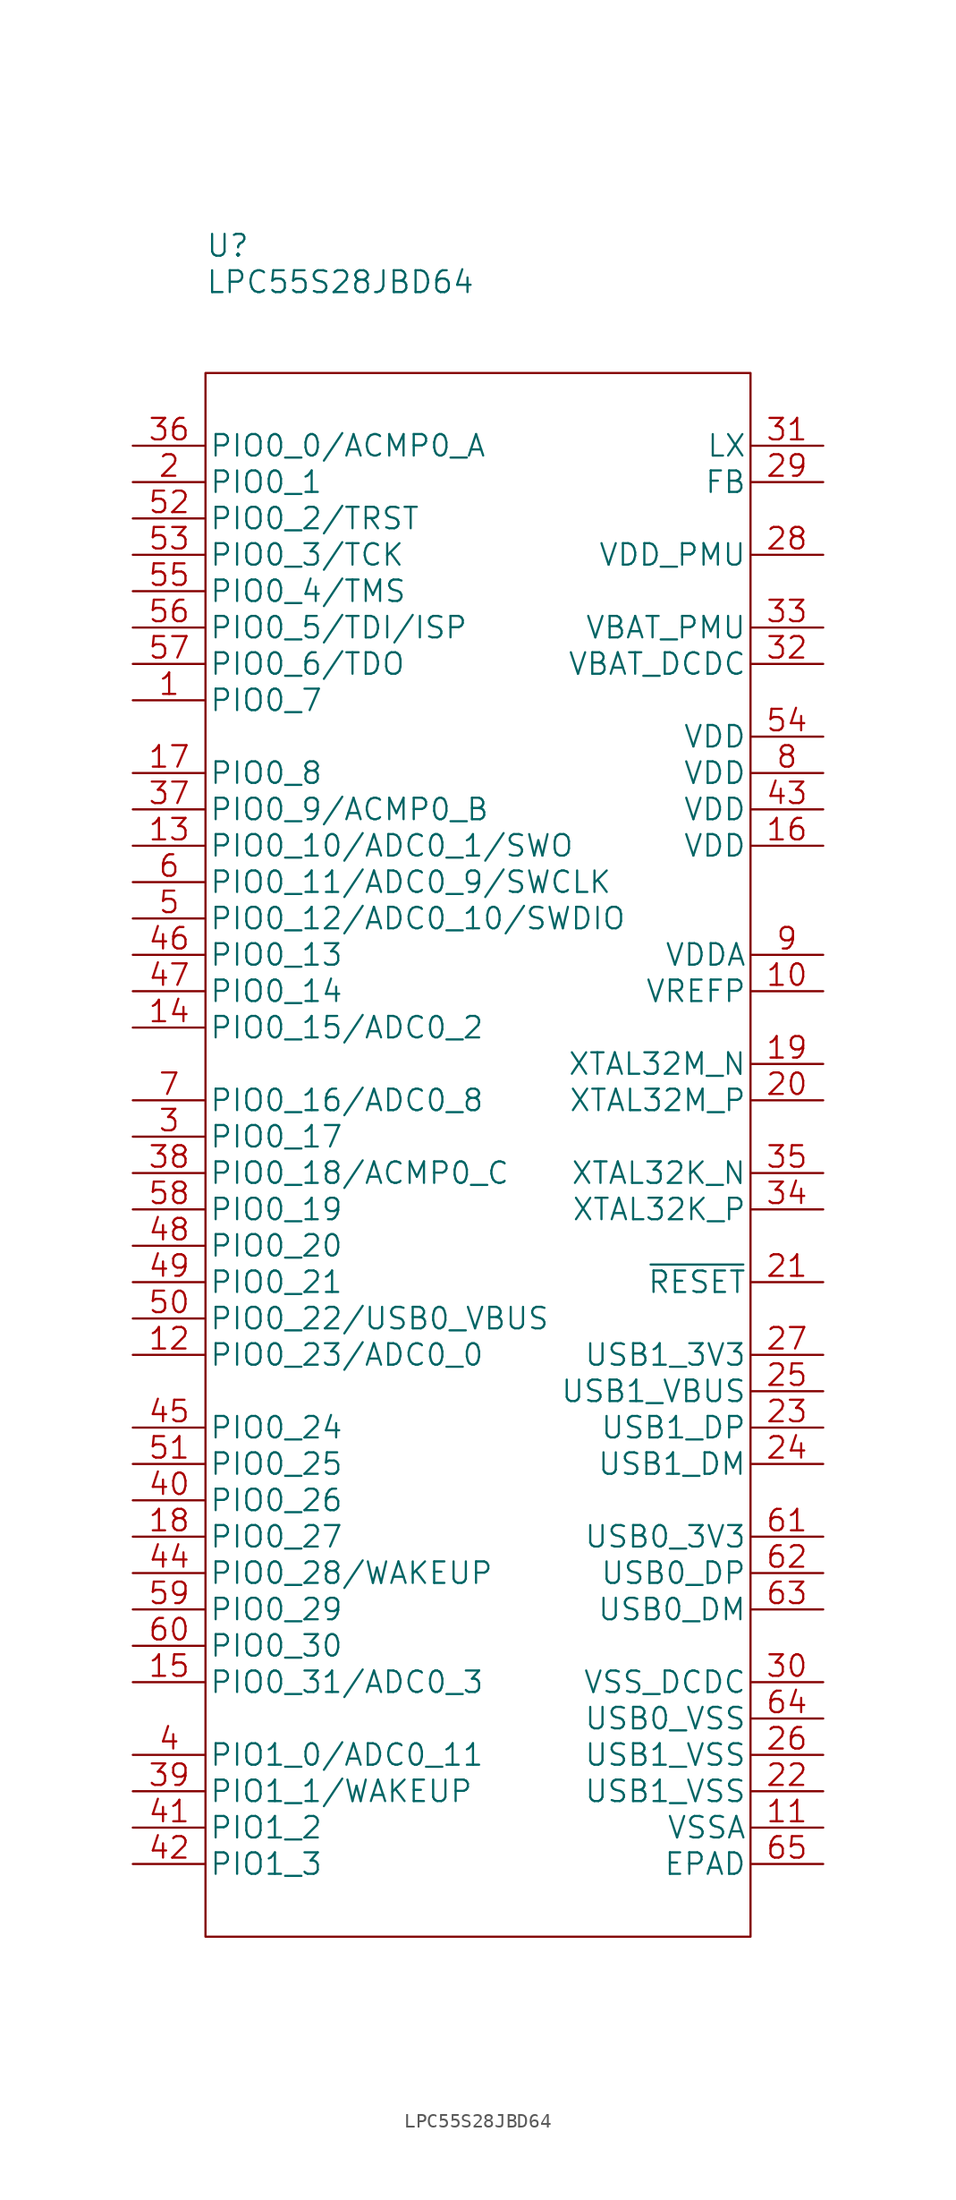
<source format=kicad_sym>
(kicad_symbol_lib
  (version 20211014)
  (generator kicad_symbol_editor)
  (symbol "LPC55S28JBD64"
    (pin_names
      (offset 0.254))
    (property "Reference" "U"
      (at 0 8.89 0)
      (effects (font (size 1.524 1.524)) (justify left)))
    (property "Value" "LPC55S28JBD64"
      (at 0 6.35 0)
      (effects (font (size 1.524 1.524)) (justify left)))
    (property "Datasheet" ""
      (at 24.13 -3.81 0)
      (effects (font (size 1.524 1.524))))
    (symbol "LPC55S28JBD64_0_1"
      (rectangle (start 0 0) (end 38.1 -109.22) (stroke (width 0) (type default) (color 0 0 0 0)) (fill (type none))))
    (symbol "LPC55S28JBD64_1_1"
      (pin bidirectional line (at -5.08 -22.86 0) (length 5.08) (name "PIO0_7" (effects (font (size 1.499 1.499)))) (number "1" (effects (font (size 1.499 1.499)))))
      (pin power_in line (at 43.18 -43.18 180) (length 5.08) (name "VREFP" (effects (font (size 1.499 1.499)))) (number "10" (effects (font (size 1.499 1.499)))))
      (pin power_in line (at 43.18 -101.6 180) (length 5.08) (name "VSSA" (effects (font (size 1.499 1.499)))) (number "11" (effects (font (size 1.499 1.499)))))
      (pin bidirectional line (at -5.08 -68.58 0) (length 5.08) (name "PIO0_23/ADC0_0" (effects (font (size 1.499 1.499)))) (number "12" (effects (font (size 1.499 1.499)))))
      (pin bidirectional line (at -5.08 -33.02 0) (length 5.08) (name "PIO0_10/ADC0_1/SWO" (effects (font (size 1.499 1.499)))) (number "13" (effects (font (size 1.499 1.499)))))
      (pin bidirectional line (at -5.08 -45.72 0) (length 5.08) (name "PIO0_15/ADC0_2" (effects (font (size 1.499 1.499)))) (number "14" (effects (font (size 1.499 1.499)))))
      (pin bidirectional line (at -5.08 -91.44 0) (length 5.08) (name "PIO0_31/ADC0_3" (effects (font (size 1.499 1.499)))) (number "15" (effects (font (size 1.499 1.499)))))
      (pin power_in line (at 43.18 -33.02 180) (length 5.08) (name "VDD" (effects (font (size 1.499 1.499)))) (number "16" (effects (font (size 1.499 1.499)))))
      (pin bidirectional line (at -5.08 -27.94 0) (length 5.08) (name "PIO0_8" (effects (font (size 1.499 1.499)))) (number "17" (effects (font (size 1.499 1.499)))))
      (pin bidirectional line (at -5.08 -81.28 0) (length 5.08) (name "PIO0_27" (effects (font (size 1.499 1.499)))) (number "18" (effects (font (size 1.499 1.499)))))
      (pin output line (at 43.18 -48.26 180) (length 5.08) (name "XTAL32M_N" (effects (font (size 1.499 1.499)))) (number "19" (effects (font (size 1.499 1.499)))))
      (pin bidirectional line (at -5.08 -7.62 0) (length 5.08) (name "PIO0_1" (effects (font (size 1.499 1.499)))) (number "2" (effects (font (size 1.499 1.499)))))
      (pin input line (at 43.18 -50.8 180) (length 5.08) (name "XTAL32M_P" (effects (font (size 1.499 1.499)))) (number "20" (effects (font (size 1.499 1.499)))))
      (pin input line (at 43.18 -63.5 180) (length 5.08) (name "~{RESET}" (effects (font (size 1.499 1.499)))) (number "21" (effects (font (size 1.499 1.499)))))
      (pin unspecified line (at 43.18 -99.06 180) (length 5.08) (name "USB1_VSS" (effects (font (size 1.499 1.499)))) (number "22" (effects (font (size 1.499 1.499)))))
      (pin bidirectional line (at 43.18 -73.66 180) (length 5.08) (name "USB1_DP" (effects (font (size 1.499 1.499)))) (number "23" (effects (font (size 1.499 1.499)))))
      (pin bidirectional line (at 43.18 -76.2 180) (length 5.08) (name "USB1_DM" (effects (font (size 1.499 1.499)))) (number "24" (effects (font (size 1.499 1.499)))))
      (pin input line (at 43.18 -71.12 180) (length 5.08) (name "USB1_VBUS" (effects (font (size 1.499 1.499)))) (number "25" (effects (font (size 1.499 1.499)))))
      (pin unspecified line (at 43.18 -96.52 180) (length 5.08) (name "USB1_VSS" (effects (font (size 1.499 1.499)))) (number "26" (effects (font (size 1.499 1.499)))))
      (pin unspecified line (at 43.18 -68.58 180) (length 5.08) (name "USB1_3V3" (effects (font (size 1.499 1.499)))) (number "27" (effects (font (size 1.499 1.499)))))
      (pin power_in line (at 43.18 -12.7 180) (length 5.08) (name "VDD_PMU" (effects (font (size 1.499 1.499)))) (number "28" (effects (font (size 1.499 1.499)))))
      (pin output line (at 43.18 -7.62 180) (length 5.08) (name "FB" (effects (font (size 1.499 1.499)))) (number "29" (effects (font (size 1.499 1.499)))))
      (pin bidirectional line (at -5.08 -53.34 0) (length 5.08) (name "PIO0_17" (effects (font (size 1.499 1.499)))) (number "3" (effects (font (size 1.499 1.499)))))
      (pin power_in line (at 43.18 -91.44 180) (length 5.08) (name "VSS_DCDC" (effects (font (size 1.499 1.499)))) (number "30" (effects (font (size 1.499 1.499)))))
      (pin output line (at 43.18 -5.08 180) (length 5.08) (name "LX" (effects (font (size 1.499 1.499)))) (number "31" (effects (font (size 1.499 1.499)))))
      (pin output line (at 43.18 -20.32 180) (length 5.08) (name "VBAT_DCDC" (effects (font (size 1.499 1.499)))) (number "32" (effects (font (size 1.499 1.499)))))
      (pin unspecified line (at 43.18 -17.78 180) (length 5.08) (name "VBAT_PMU" (effects (font (size 1.499 1.499)))) (number "33" (effects (font (size 1.499 1.499)))))
      (pin input line (at 43.18 -58.42 180) (length 5.08) (name "XTAL32K_P" (effects (font (size 1.499 1.499)))) (number "34" (effects (font (size 1.499 1.499)))))
      (pin output line (at 43.18 -55.88 180) (length 5.08) (name "XTAL32K_N" (effects (font (size 1.499 1.499)))) (number "35" (effects (font (size 1.499 1.499)))))
      (pin bidirectional line (at -5.08 -5.08 0) (length 5.08) (name "PIO0_0/ACMP0_A" (effects (font (size 1.499 1.499)))) (number "36" (effects (font (size 1.499 1.499)))))
      (pin bidirectional line (at -5.08 -30.48 0) (length 5.08) (name "PIO0_9/ACMP0_B" (effects (font (size 1.499 1.499)))) (number "37" (effects (font (size 1.499 1.499)))))
      (pin bidirectional line (at -5.08 -55.88 0) (length 5.08) (name "PIO0_18/ACMP0_C" (effects (font (size 1.499 1.499)))) (number "38" (effects (font (size 1.499 1.499)))))
      (pin bidirectional line (at -5.08 -99.06 0) (length 5.08) (name "PIO1_1/WAKEUP" (effects (font (size 1.499 1.499)))) (number "39" (effects (font (size 1.499 1.499)))))
      (pin bidirectional line (at -5.08 -96.52 0) (length 5.08) (name "PIO1_0/ADC0_11" (effects (font (size 1.499 1.499)))) (number "4" (effects (font (size 1.499 1.499)))))
      (pin bidirectional line (at -5.08 -78.74 0) (length 5.08) (name "PIO0_26" (effects (font (size 1.499 1.499)))) (number "40" (effects (font (size 1.499 1.499)))))
      (pin bidirectional line (at -5.08 -101.6 0) (length 5.08) (name "PIO1_2" (effects (font (size 1.499 1.499)))) (number "41" (effects (font (size 1.499 1.499)))))
      (pin bidirectional line (at -5.08 -104.14 0) (length 5.08) (name "PIO1_3" (effects (font (size 1.499 1.499)))) (number "42" (effects (font (size 1.499 1.499)))))
      (pin power_in line (at 43.18 -30.48 180) (length 5.08) (name "VDD" (effects (font (size 1.499 1.499)))) (number "43" (effects (font (size 1.499 1.499)))))
      (pin bidirectional line (at -5.08 -83.82 0) (length 5.08) (name "PIO0_28/WAKEUP" (effects (font (size 1.499 1.499)))) (number "44" (effects (font (size 1.499 1.499)))))
      (pin bidirectional line (at -5.08 -73.66 0) (length 5.08) (name "PIO0_24" (effects (font (size 1.499 1.499)))) (number "45" (effects (font (size 1.499 1.499)))))
      (pin bidirectional line (at -5.08 -40.64 0) (length 5.08) (name "PIO0_13" (effects (font (size 1.499 1.499)))) (number "46" (effects (font (size 1.499 1.499)))))
      (pin bidirectional line (at -5.08 -43.18 0) (length 5.08) (name "PIO0_14" (effects (font (size 1.499 1.499)))) (number "47" (effects (font (size 1.499 1.499)))))
      (pin bidirectional line (at -5.08 -60.96 0) (length 5.08) (name "PIO0_20" (effects (font (size 1.499 1.499)))) (number "48" (effects (font (size 1.499 1.499)))))
      (pin bidirectional line (at -5.08 -63.5 0) (length 5.08) (name "PIO0_21" (effects (font (size 1.499 1.499)))) (number "49" (effects (font (size 1.499 1.499)))))
      (pin bidirectional line (at -5.08 -38.1 0) (length 5.08) (name "PIO0_12/ADC0_10/SWDIO" (effects (font (size 1.499 1.499)))) (number "5" (effects (font (size 1.499 1.499)))))
      (pin bidirectional line (at -5.08 -66.04 0) (length 5.08) (name "PIO0_22/USB0_VBUS" (effects (font (size 1.499 1.499)))) (number "50" (effects (font (size 1.499 1.499)))))
      (pin bidirectional line (at -5.08 -76.2 0) (length 5.08) (name "PIO0_25" (effects (font (size 1.499 1.499)))) (number "51" (effects (font (size 1.499 1.499)))))
      (pin bidirectional line (at -5.08 -10.16 0) (length 5.08) (name "PIO0_2/TRST" (effects (font (size 1.499 1.499)))) (number "52" (effects (font (size 1.499 1.499)))))
      (pin bidirectional line (at -5.08 -12.7 0) (length 5.08) (name "PIO0_3/TCK" (effects (font (size 1.499 1.499)))) (number "53" (effects (font (size 1.499 1.499)))))
      (pin power_in line (at 43.18 -25.4 180) (length 5.08) (name "VDD" (effects (font (size 1.499 1.499)))) (number "54" (effects (font (size 1.499 1.499)))))
      (pin bidirectional line (at -5.08 -15.24 0) (length 5.08) (name "PIO0_4/TMS" (effects (font (size 1.499 1.499)))) (number "55" (effects (font (size 1.499 1.499)))))
      (pin bidirectional line (at -5.08 -17.78 0) (length 5.08) (name "PIO0_5/TDI/ISP" (effects (font (size 1.499 1.499)))) (number "56" (effects (font (size 1.499 1.499)))))
      (pin bidirectional line (at -5.08 -20.32 0) (length 5.08) (name "PIO0_6/TDO" (effects (font (size 1.499 1.499)))) (number "57" (effects (font (size 1.499 1.499)))))
      (pin bidirectional line (at -5.08 -58.42 0) (length 5.08) (name "PIO0_19" (effects (font (size 1.499 1.499)))) (number "58" (effects (font (size 1.499 1.499)))))
      (pin bidirectional line (at -5.08 -86.36 0) (length 5.08) (name "PIO0_29" (effects (font (size 1.499 1.499)))) (number "59" (effects (font (size 1.499 1.499)))))
      (pin bidirectional line (at -5.08 -35.56 0) (length 5.08) (name "PIO0_11/ADC0_9/SWCLK" (effects (font (size 1.499 1.499)))) (number "6" (effects (font (size 1.499 1.499)))))
      (pin bidirectional line (at -5.08 -88.9 0) (length 5.08) (name "PIO0_30" (effects (font (size 1.499 1.499)))) (number "60" (effects (font (size 1.499 1.499)))))
      (pin unspecified line (at 43.18 -81.28 180) (length 5.08) (name "USB0_3V3" (effects (font (size 1.499 1.499)))) (number "61" (effects (font (size 1.499 1.499)))))
      (pin bidirectional line (at 43.18 -83.82 180) (length 5.08) (name "USB0_DP" (effects (font (size 1.499 1.499)))) (number "62" (effects (font (size 1.499 1.499)))))
      (pin bidirectional line (at 43.18 -86.36 180) (length 5.08) (name "USB0_DM" (effects (font (size 1.499 1.499)))) (number "63" (effects (font (size 1.499 1.499)))))
      (pin unspecified line (at 43.18 -93.98 180) (length 5.08) (name "USB0_VSS" (effects (font (size 1.499 1.499)))) (number "64" (effects (font (size 1.499 1.499)))))
      (pin unspecified line (at 43.18 -104.14 180) (length 5.08) (name "EPAD" (effects (font (size 1.499 1.499)))) (number "65" (effects (font (size 1.499 1.499)))))
      (pin bidirectional line (at -5.08 -50.8 0) (length 5.08) (name "PIO0_16/ADC0_8" (effects (font (size 1.499 1.499)))) (number "7" (effects (font (size 1.499 1.499)))))
      (pin power_in line (at 43.18 -27.94 180) (length 5.08) (name "VDD" (effects (font (size 1.499 1.499)))) (number "8" (effects (font (size 1.499 1.499)))))
      (pin power_in line (at 43.18 -40.64 180) (length 5.08) (name "VDDA" (effects (font (size 1.499 1.499)))) (number "9" (effects (font (size 1.499 1.499))))))))
</source>
